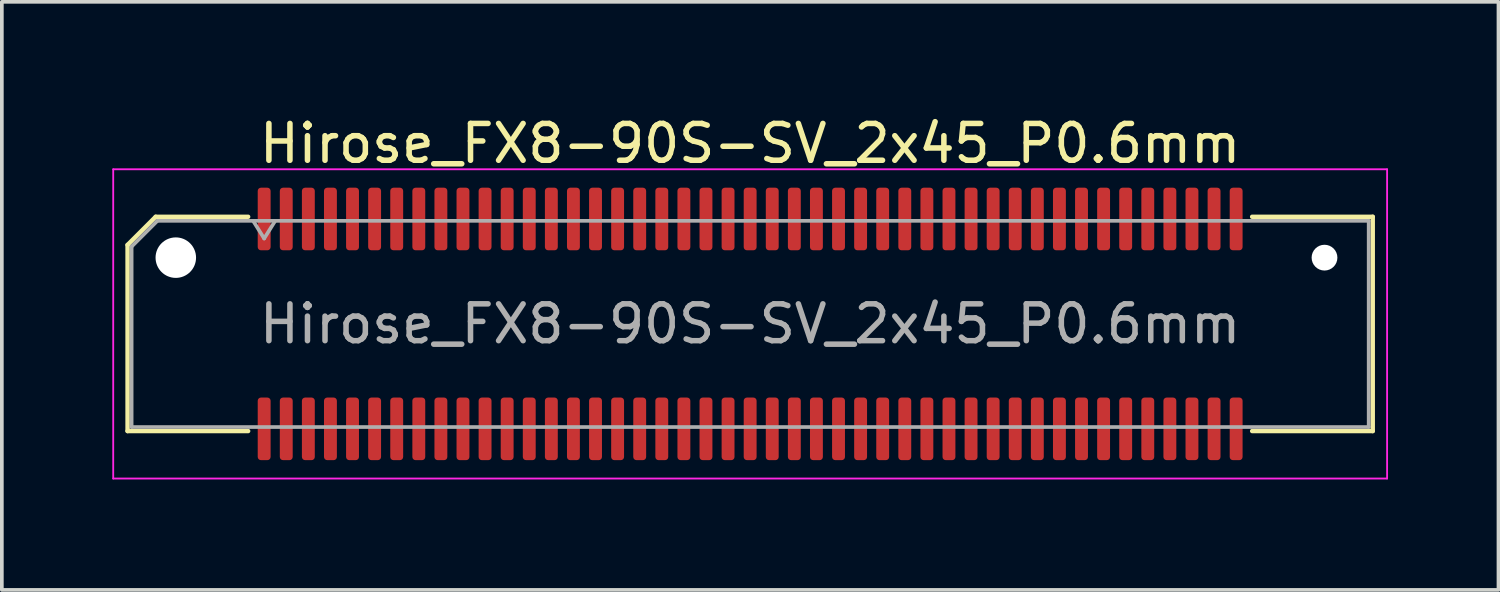
<source format=kicad_pcb>
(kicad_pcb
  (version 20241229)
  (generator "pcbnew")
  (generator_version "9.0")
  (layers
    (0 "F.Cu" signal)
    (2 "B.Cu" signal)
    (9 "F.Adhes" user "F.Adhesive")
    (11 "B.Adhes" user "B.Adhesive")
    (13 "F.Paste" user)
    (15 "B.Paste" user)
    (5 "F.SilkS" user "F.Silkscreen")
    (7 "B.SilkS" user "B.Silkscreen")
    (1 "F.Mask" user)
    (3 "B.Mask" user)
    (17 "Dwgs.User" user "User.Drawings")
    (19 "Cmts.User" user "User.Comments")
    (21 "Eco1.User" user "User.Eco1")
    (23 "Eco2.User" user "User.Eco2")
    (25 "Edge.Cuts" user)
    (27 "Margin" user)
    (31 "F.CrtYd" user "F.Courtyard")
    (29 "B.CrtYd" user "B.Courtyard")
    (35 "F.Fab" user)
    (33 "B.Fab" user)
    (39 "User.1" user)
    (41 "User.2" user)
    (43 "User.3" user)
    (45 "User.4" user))
  (footprint "Hirose_FX8-90S-SV_2x45_P0.6mm"
    (layer "F.Cu")
    (at 17.325 5.748)
    (property "Reference" "Hirose_FX8-90S-SV_2x45_P0.6mm" (at 0 -4.9 0) (layer "F.SilkS") (effects (font (size 1 1) (thickness 0.15))))
    (attr smd)
    (fp_line (start -16.91 -2.146) (end -16.146 -2.91) (stroke (width 0.12) (type solid)) (layer "F.SilkS"))
    (fp_line (start -16.91 2.91) (end -16.91 -2.146) (stroke (width 0.12) (type solid)) (layer "F.SilkS"))
    (fp_line (start -16.146 -2.91) (end -13.635 -2.91) (stroke (width 0.12) (type solid)) (layer "F.SilkS"))
    (fp_line (start -13.635 2.91) (end -16.91 2.91) (stroke (width 0.12) (type solid)) (layer "F.SilkS"))
    (fp_line (start 13.635 -2.91) (end 16.91 -2.91) (stroke (width 0.12) (type solid)) (layer "F.SilkS"))
    (fp_line (start 16.91 -2.91) (end 16.91 2.91) (stroke (width 0.12) (type solid)) (layer "F.SilkS"))
    (fp_line (start 16.91 2.91) (end 13.635 2.91) (stroke (width 0.12) (type solid)) (layer "F.SilkS"))
    (fp_line (start -17.3 -4.2) (end -17.3 4.2) (stroke (width 0.05) (type solid)) (layer "F.CrtYd"))
    (fp_line (start -17.3 4.2) (end 17.3 4.2) (stroke (width 0.05) (type solid)) (layer "F.CrtYd"))
    (fp_line (start 17.3 -4.2) (end -17.3 -4.2) (stroke (width 0.05) (type solid)) (layer "F.CrtYd"))
    (fp_line (start 17.3 4.2) (end 17.3 -4.2) (stroke (width 0.05) (type solid)) (layer "F.CrtYd"))
    (fp_line (start -16.8 -2.1) (end -16.1 -2.8) (stroke (width 0.1) (type solid)) (layer "F.Fab"))
    (fp_line (start -16.8 2.8) (end -16.8 -2.1) (stroke (width 0.1) (type solid)) (layer "F.Fab"))
    (fp_line (start -16.1 -2.8) (end 16.8 -2.8) (stroke (width 0.1) (type solid)) (layer "F.Fab"))
    (fp_line (start -13.5 -2.8) (end -13.2 -2.32) (stroke (width 0.1) (type solid)) (layer "F.Fab"))
    (fp_line (start -13.2 -2.32) (end -12.9 -2.8) (stroke (width 0.1) (type solid)) (layer "F.Fab"))
    (fp_line (start 16.8 -2.8) (end 16.8 2.8) (stroke (width 0.1) (type solid)) (layer "F.Fab"))
    (fp_line (start 16.8 2.8) (end -16.8 2.8) (stroke (width 0.1) (type solid)) (layer "F.Fab"))
    (fp_text user "${REFERENCE}" (at 0 0 0) (layer "F.Fab") (effects (font (size 1 1) (thickness 0.15))))
    (pad "" np_thru_hole circle (at -15.6 -1.8) (size 1.1 1.1) (drill 1.1) (layers "*.Cu" "*.Mask"))
    (pad "" np_thru_hole circle (at 15.6 -1.8) (size 0.7 0.7) (drill 0.7) (layers "*.Cu" "*.Mask"))
    (pad "1" smd roundrect (at -13.2 -2.85) (size 0.35 1.7) (layers "F.Cu" "F.Mask" "F.Paste") (roundrect_rratio 0.25))
    (pad "2" smd roundrect (at -13.2 2.85) (size 0.35 1.7) (layers "F.Cu" "F.Mask" "F.Paste") (roundrect_rratio 0.25))
    (pad "3" smd roundrect (at -12.6 -2.85) (size 0.35 1.7) (layers "F.Cu" "F.Mask" "F.Paste") (roundrect_rratio 0.25))
    (pad "4" smd roundrect (at -12.6 2.85) (size 0.35 1.7) (layers "F.Cu" "F.Mask" "F.Paste") (roundrect_rratio 0.25))
    (pad "5" smd roundrect (at -12 -2.85) (size 0.35 1.7) (layers "F.Cu" "F.Mask" "F.Paste") (roundrect_rratio 0.25))
    (pad "6" smd roundrect (at -12 2.85) (size 0.35 1.7) (layers "F.Cu" "F.Mask" "F.Paste") (roundrect_rratio 0.25))
    (pad "7" smd roundrect (at -11.4 -2.85) (size 0.35 1.7) (layers "F.Cu" "F.Mask" "F.Paste") (roundrect_rratio 0.25))
    (pad "8" smd roundrect (at -11.4 2.85) (size 0.35 1.7) (layers "F.Cu" "F.Mask" "F.Paste") (roundrect_rratio 0.25))
    (pad "9" smd roundrect (at -10.8 -2.85) (size 0.35 1.7) (layers "F.Cu" "F.Mask" "F.Paste") (roundrect_rratio 0.25))
    (pad "10" smd roundrect (at -10.8 2.85) (size 0.35 1.7) (layers "F.Cu" "F.Mask" "F.Paste") (roundrect_rratio 0.25))
    (pad "11" smd roundrect (at -10.2 -2.85) (size 0.35 1.7) (layers "F.Cu" "F.Mask" "F.Paste") (roundrect_rratio 0.25))
    (pad "12" smd roundrect (at -10.2 2.85) (size 0.35 1.7) (layers "F.Cu" "F.Mask" "F.Paste") (roundrect_rratio 0.25))
    (pad "13" smd roundrect (at -9.6 -2.85) (size 0.35 1.7) (layers "F.Cu" "F.Mask" "F.Paste") (roundrect_rratio 0.25))
    (pad "14" smd roundrect (at -9.6 2.85) (size 0.35 1.7) (layers "F.Cu" "F.Mask" "F.Paste") (roundrect_rratio 0.25))
    (pad "15" smd roundrect (at -9 -2.85) (size 0.35 1.7) (layers "F.Cu" "F.Mask" "F.Paste") (roundrect_rratio 0.25))
    (pad "16" smd roundrect (at -9 2.85) (size 0.35 1.7) (layers "F.Cu" "F.Mask" "F.Paste") (roundrect_rratio 0.25))
    (pad "17" smd roundrect (at -8.4 -2.85) (size 0.35 1.7) (layers "F.Cu" "F.Mask" "F.Paste") (roundrect_rratio 0.25))
    (pad "18" smd roundrect (at -8.4 2.85) (size 0.35 1.7) (layers "F.Cu" "F.Mask" "F.Paste") (roundrect_rratio 0.25))
    (pad "19" smd roundrect (at -7.8 -2.85) (size 0.35 1.7) (layers "F.Cu" "F.Mask" "F.Paste") (roundrect_rratio 0.25))
    (pad "20" smd roundrect (at -7.8 2.85) (size 0.35 1.7) (layers "F.Cu" "F.Mask" "F.Paste") (roundrect_rratio 0.25))
    (pad "21" smd roundrect (at -7.2 -2.85) (size 0.35 1.7) (layers "F.Cu" "F.Mask" "F.Paste") (roundrect_rratio 0.25))
    (pad "22" smd roundrect (at -7.2 2.85) (size 0.35 1.7) (layers "F.Cu" "F.Mask" "F.Paste") (roundrect_rratio 0.25))
    (pad "23" smd roundrect (at -6.6 -2.85) (size 0.35 1.7) (layers "F.Cu" "F.Mask" "F.Paste") (roundrect_rratio 0.25))
    (pad "24" smd roundrect (at -6.6 2.85) (size 0.35 1.7) (layers "F.Cu" "F.Mask" "F.Paste") (roundrect_rratio 0.25))
    (pad "25" smd roundrect (at -6 -2.85) (size 0.35 1.7) (layers "F.Cu" "F.Mask" "F.Paste") (roundrect_rratio 0.25))
    (pad "26" smd roundrect (at -6 2.85) (size 0.35 1.7) (layers "F.Cu" "F.Mask" "F.Paste") (roundrect_rratio 0.25))
    (pad "27" smd roundrect (at -5.4 -2.85) (size 0.35 1.7) (layers "F.Cu" "F.Mask" "F.Paste") (roundrect_rratio 0.25))
    (pad "28" smd roundrect (at -5.4 2.85) (size 0.35 1.7) (layers "F.Cu" "F.Mask" "F.Paste") (roundrect_rratio 0.25))
    (pad "29" smd roundrect (at -4.8 -2.85) (size 0.35 1.7) (layers "F.Cu" "F.Mask" "F.Paste") (roundrect_rratio 0.25))
    (pad "30" smd roundrect (at -4.8 2.85) (size 0.35 1.7) (layers "F.Cu" "F.Mask" "F.Paste") (roundrect_rratio 0.25))
    (pad "31" smd roundrect (at -4.2 -2.85) (size 0.35 1.7) (layers "F.Cu" "F.Mask" "F.Paste") (roundrect_rratio 0.25))
    (pad "32" smd roundrect (at -4.2 2.85) (size 0.35 1.7) (layers "F.Cu" "F.Mask" "F.Paste") (roundrect_rratio 0.25))
    (pad "33" smd roundrect (at -3.6 -2.85) (size 0.35 1.7) (layers "F.Cu" "F.Mask" "F.Paste") (roundrect_rratio 0.25))
    (pad "34" smd roundrect (at -3.6 2.85) (size 0.35 1.7) (layers "F.Cu" "F.Mask" "F.Paste") (roundrect_rratio 0.25))
    (pad "35" smd roundrect (at -3 -2.85) (size 0.35 1.7) (layers "F.Cu" "F.Mask" "F.Paste") (roundrect_rratio 0.25))
    (pad "36" smd roundrect (at -3 2.85) (size 0.35 1.7) (layers "F.Cu" "F.Mask" "F.Paste") (roundrect_rratio 0.25))
    (pad "37" smd roundrect (at -2.4 -2.85) (size 0.35 1.7) (layers "F.Cu" "F.Mask" "F.Paste") (roundrect_rratio 0.25))
    (pad "38" smd roundrect (at -2.4 2.85) (size 0.35 1.7) (layers "F.Cu" "F.Mask" "F.Paste") (roundrect_rratio 0.25))
    (pad "39" smd roundrect (at -1.8 -2.85) (size 0.35 1.7) (layers "F.Cu" "F.Mask" "F.Paste") (roundrect_rratio 0.25))
    (pad "40" smd roundrect (at -1.8 2.85) (size 0.35 1.7) (layers "F.Cu" "F.Mask" "F.Paste") (roundrect_rratio 0.25))
    (pad "41" smd roundrect (at -1.2 -2.85) (size 0.35 1.7) (layers "F.Cu" "F.Mask" "F.Paste") (roundrect_rratio 0.25))
    (pad "42" smd roundrect (at -1.2 2.85) (size 0.35 1.7) (layers "F.Cu" "F.Mask" "F.Paste") (roundrect_rratio 0.25))
    (pad "43" smd roundrect (at -0.6 -2.85) (size 0.35 1.7) (layers "F.Cu" "F.Mask" "F.Paste") (roundrect_rratio 0.25))
    (pad "44" smd roundrect (at -0.6 2.85) (size 0.35 1.7) (layers "F.Cu" "F.Mask" "F.Paste") (roundrect_rratio 0.25))
    (pad "45" smd roundrect (at 0 -2.85) (size 0.35 1.7) (layers "F.Cu" "F.Mask" "F.Paste") (roundrect_rratio 0.25))
    (pad "46" smd roundrect (at 0 2.85) (size 0.35 1.7) (layers "F.Cu" "F.Mask" "F.Paste") (roundrect_rratio 0.25))
    (pad "47" smd roundrect (at 0.6 -2.85) (size 0.35 1.7) (layers "F.Cu" "F.Mask" "F.Paste") (roundrect_rratio 0.25))
    (pad "48" smd roundrect (at 0.6 2.85) (size 0.35 1.7) (layers "F.Cu" "F.Mask" "F.Paste") (roundrect_rratio 0.25))
    (pad "49" smd roundrect (at 1.2 -2.85) (size 0.35 1.7) (layers "F.Cu" "F.Mask" "F.Paste") (roundrect_rratio 0.25))
    (pad "50" smd roundrect (at 1.2 2.85) (size 0.35 1.7) (layers "F.Cu" "F.Mask" "F.Paste") (roundrect_rratio 0.25))
    (pad "51" smd roundrect (at 1.8 -2.85) (size 0.35 1.7) (layers "F.Cu" "F.Mask" "F.Paste") (roundrect_rratio 0.25))
    (pad "52" smd roundrect (at 1.8 2.85) (size 0.35 1.7) (layers "F.Cu" "F.Mask" "F.Paste") (roundrect_rratio 0.25))
    (pad "53" smd roundrect (at 2.4 -2.85) (size 0.35 1.7) (layers "F.Cu" "F.Mask" "F.Paste") (roundrect_rratio 0.25))
    (pad "54" smd roundrect (at 2.4 2.85) (size 0.35 1.7) (layers "F.Cu" "F.Mask" "F.Paste") (roundrect_rratio 0.25))
    (pad "55" smd roundrect (at 3 -2.85) (size 0.35 1.7) (layers "F.Cu" "F.Mask" "F.Paste") (roundrect_rratio 0.25))
    (pad "56" smd roundrect (at 3 2.85) (size 0.35 1.7) (layers "F.Cu" "F.Mask" "F.Paste") (roundrect_rratio 0.25))
    (pad "57" smd roundrect (at 3.6 -2.85) (size 0.35 1.7) (layers "F.Cu" "F.Mask" "F.Paste") (roundrect_rratio 0.25))
    (pad "58" smd roundrect (at 3.6 2.85) (size 0.35 1.7) (layers "F.Cu" "F.Mask" "F.Paste") (roundrect_rratio 0.25))
    (pad "59" smd roundrect (at 4.2 -2.85) (size 0.35 1.7) (layers "F.Cu" "F.Mask" "F.Paste") (roundrect_rratio 0.25))
    (pad "60" smd roundrect (at 4.2 2.85) (size 0.35 1.7) (layers "F.Cu" "F.Mask" "F.Paste") (roundrect_rratio 0.25))
    (pad "61" smd roundrect (at 4.8 -2.85) (size 0.35 1.7) (layers "F.Cu" "F.Mask" "F.Paste") (roundrect_rratio 0.25))
    (pad "62" smd roundrect (at 4.8 2.85) (size 0.35 1.7) (layers "F.Cu" "F.Mask" "F.Paste") (roundrect_rratio 0.25))
    (pad "63" smd roundrect (at 5.4 -2.85) (size 0.35 1.7) (layers "F.Cu" "F.Mask" "F.Paste") (roundrect_rratio 0.25))
    (pad "64" smd roundrect (at 5.4 2.85) (size 0.35 1.7) (layers "F.Cu" "F.Mask" "F.Paste") (roundrect_rratio 0.25))
    (pad "65" smd roundrect (at 6 -2.85) (size 0.35 1.7) (layers "F.Cu" "F.Mask" "F.Paste") (roundrect_rratio 0.25))
    (pad "66" smd roundrect (at 6 2.85) (size 0.35 1.7) (layers "F.Cu" "F.Mask" "F.Paste") (roundrect_rratio 0.25))
    (pad "67" smd roundrect (at 6.6 -2.85) (size 0.35 1.7) (layers "F.Cu" "F.Mask" "F.Paste") (roundrect_rratio 0.25))
    (pad "68" smd roundrect (at 6.6 2.85) (size 0.35 1.7) (layers "F.Cu" "F.Mask" "F.Paste") (roundrect_rratio 0.25))
    (pad "69" smd roundrect (at 7.2 -2.85) (size 0.35 1.7) (layers "F.Cu" "F.Mask" "F.Paste") (roundrect_rratio 0.25))
    (pad "70" smd roundrect (at 7.2 2.85) (size 0.35 1.7) (layers "F.Cu" "F.Mask" "F.Paste") (roundrect_rratio 0.25))
    (pad "71" smd roundrect (at 7.8 -2.85) (size 0.35 1.7) (layers "F.Cu" "F.Mask" "F.Paste") (roundrect_rratio 0.25))
    (pad "72" smd roundrect (at 7.8 2.85) (size 0.35 1.7) (layers "F.Cu" "F.Mask" "F.Paste") (roundrect_rratio 0.25))
    (pad "73" smd roundrect (at 8.4 -2.85) (size 0.35 1.7) (layers "F.Cu" "F.Mask" "F.Paste") (roundrect_rratio 0.25))
    (pad "74" smd roundrect (at 8.4 2.85) (size 0.35 1.7) (layers "F.Cu" "F.Mask" "F.Paste") (roundrect_rratio 0.25))
    (pad "75" smd roundrect (at 9 -2.85) (size 0.35 1.7) (layers "F.Cu" "F.Mask" "F.Paste") (roundrect_rratio 0.25))
    (pad "76" smd roundrect (at 9 2.85) (size 0.35 1.7) (layers "F.Cu" "F.Mask" "F.Paste") (roundrect_rratio 0.25))
    (pad "77" smd roundrect (at 9.6 -2.85) (size 0.35 1.7) (layers "F.Cu" "F.Mask" "F.Paste") (roundrect_rratio 0.25))
    (pad "78" smd roundrect (at 9.6 2.85) (size 0.35 1.7) (layers "F.Cu" "F.Mask" "F.Paste") (roundrect_rratio 0.25))
    (pad "79" smd roundrect (at 10.2 -2.85) (size 0.35 1.7) (layers "F.Cu" "F.Mask" "F.Paste") (roundrect_rratio 0.25))
    (pad "80" smd roundrect (at 10.2 2.85) (size 0.35 1.7) (layers "F.Cu" "F.Mask" "F.Paste") (roundrect_rratio 0.25))
    (pad "81" smd roundrect (at 10.8 -2.85) (size 0.35 1.7) (layers "F.Cu" "F.Mask" "F.Paste") (roundrect_rratio 0.25))
    (pad "82" smd roundrect (at 10.8 2.85) (size 0.35 1.7) (layers "F.Cu" "F.Mask" "F.Paste") (roundrect_rratio 0.25))
    (pad "83" smd roundrect (at 11.4 -2.85) (size 0.35 1.7) (layers "F.Cu" "F.Mask" "F.Paste") (roundrect_rratio 0.25))
    (pad "84" smd roundrect (at 11.4 2.85) (size 0.35 1.7) (layers "F.Cu" "F.Mask" "F.Paste") (roundrect_rratio 0.25))
    (pad "85" smd roundrect (at 12 -2.85) (size 0.35 1.7) (layers "F.Cu" "F.Mask" "F.Paste") (roundrect_rratio 0.25))
    (pad "86" smd roundrect (at 12 2.85) (size 0.35 1.7) (layers "F.Cu" "F.Mask" "F.Paste") (roundrect_rratio 0.25))
    (pad "87" smd roundrect (at 12.6 -2.85) (size 0.35 1.7) (layers "F.Cu" "F.Mask" "F.Paste") (roundrect_rratio 0.25))
    (pad "88" smd roundrect (at 12.6 2.85) (size 0.35 1.7) (layers "F.Cu" "F.Mask" "F.Paste") (roundrect_rratio 0.25))
    (pad "89" smd roundrect (at 13.2 -2.85) (size 0.35 1.7) (layers "F.Cu" "F.Mask" "F.Paste") (roundrect_rratio 0.25))
    (pad "90" smd roundrect (at 13.2 2.85) (size 0.35 1.7) (layers "F.Cu" "F.Mask" "F.Paste") (roundrect_rratio 0.25)))
  (gr_rect
    (start -3 -3)
    (end 37.65 12.973)
    (stroke (width 0.1) (type default))
    (fill no)
    (layer "Edge.Cuts")))
</source>
